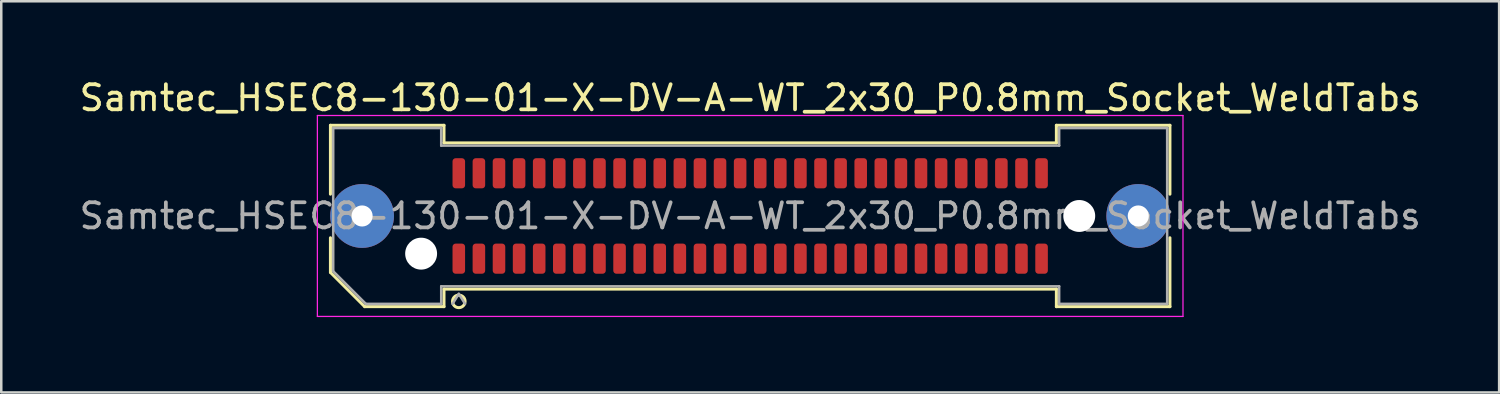
<source format=kicad_pcb>
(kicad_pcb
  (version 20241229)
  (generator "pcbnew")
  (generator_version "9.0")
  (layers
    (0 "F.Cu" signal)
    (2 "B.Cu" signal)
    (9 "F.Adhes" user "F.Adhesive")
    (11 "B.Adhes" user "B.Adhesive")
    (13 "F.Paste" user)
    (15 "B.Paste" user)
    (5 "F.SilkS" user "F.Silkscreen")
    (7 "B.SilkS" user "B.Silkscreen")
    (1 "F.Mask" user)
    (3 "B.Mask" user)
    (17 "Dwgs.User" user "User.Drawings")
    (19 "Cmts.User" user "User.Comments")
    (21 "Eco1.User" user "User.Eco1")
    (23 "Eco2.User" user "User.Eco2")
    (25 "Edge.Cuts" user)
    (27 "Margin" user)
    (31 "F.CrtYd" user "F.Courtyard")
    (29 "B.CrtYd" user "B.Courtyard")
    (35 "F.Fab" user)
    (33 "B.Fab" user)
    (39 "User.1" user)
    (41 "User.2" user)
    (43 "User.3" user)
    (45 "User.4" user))
  (footprint "Samtec_HSEC8-130-01-X-DV-A-WT_2x30_P0.8mm_Socket_WeldTabs"
    (layer "F.Cu")
    (at 26.815 5.548)
    (property "Reference" "Samtec_HSEC8-130-01-X-DV-A-WT_2x30_P0.8mm_Socket_WeldTabs" (at 0 -4.7 0) (layer "F.SilkS") (effects (font (size 1 1) (thickness 0.15))))
    (attr smd)
    (fp_line (start -16.71 -3.61) (end -12.19 -3.61) (stroke (width 0.12) (type solid)) (layer "F.SilkS"))
    (fp_line (start -16.71 -0.868) (end -16.71 -3.61) (stroke (width 0.12) (type solid)) (layer "F.SilkS"))
    (fp_line (start -16.71 2.246) (end -16.71 0.868) (stroke (width 0.12) (type solid)) (layer "F.SilkS"))
    (fp_line (start -15.346 3.61) (end -16.71 2.246) (stroke (width 0.12) (type solid)) (layer "F.SilkS"))
    (fp_line (start -12.19 -3.61) (end -12.19 -2.91) (stroke (width 0.12) (type solid)) (layer "F.SilkS"))
    (fp_line (start -12.19 -2.91) (end 12.19 -2.91) (stroke (width 0.12) (type solid)) (layer "F.SilkS"))
    (fp_line (start -12.19 2.91) (end -12.19 3.61) (stroke (width 0.12) (type solid)) (layer "F.SilkS"))
    (fp_line (start -12.19 3.61) (end -15.346 3.61) (stroke (width 0.12) (type solid)) (layer "F.SilkS"))
    (fp_line (start 12.19 -3.61) (end 16.71 -3.61) (stroke (width 0.12) (type solid)) (layer "F.SilkS"))
    (fp_line (start 12.19 -2.91) (end 12.19 -3.61) (stroke (width 0.12) (type solid)) (layer "F.SilkS"))
    (fp_line (start 12.19 2.91) (end -12.19 2.91) (stroke (width 0.12) (type solid)) (layer "F.SilkS"))
    (fp_line (start 12.19 3.61) (end 12.19 2.91) (stroke (width 0.12) (type solid)) (layer "F.SilkS"))
    (fp_line (start 16.71 -3.61) (end 16.71 -0.868) (stroke (width 0.12) (type solid)) (layer "F.SilkS"))
    (fp_line (start 16.71 0.868) (end 16.71 3.61) (stroke (width 0.12) (type solid)) (layer "F.SilkS"))
    (fp_line (start 16.71 3.61) (end 12.19 3.61) (stroke (width 0.12) (type solid)) (layer "F.SilkS"))
    (fp_arc (start -11.35 3.4) (mid -11.85 3.4) (end -11.35 3.4) (stroke (width 0.12) (type solid)) (layer "F.SilkS"))
    (fp_line (start -17.23 -4) (end -17.23 4) (stroke (width 0.05) (type solid)) (layer "F.CrtYd"))
    (fp_line (start -17.23 4) (end 17.23 4) (stroke (width 0.05) (type solid)) (layer "F.CrtYd"))
    (fp_line (start 17.23 -4) (end -17.23 -4) (stroke (width 0.05) (type solid)) (layer "F.CrtYd"))
    (fp_line (start 17.23 4) (end 17.23 -4) (stroke (width 0.05) (type solid)) (layer "F.CrtYd"))
    (fp_line (start -16.6 -3.5) (end -12.3 -3.5) (stroke (width 0.1) (type solid)) (layer "F.Fab"))
    (fp_line (start -16.6 2.2) (end -16.6 -3.5) (stroke (width 0.1) (type solid)) (layer "F.Fab"))
    (fp_line (start -15.3 3.5) (end -16.6 2.2) (stroke (width 0.1) (type solid)) (layer "F.Fab"))
    (fp_line (start -12.3 -3.5) (end -12.3 -2.8) (stroke (width 0.1) (type solid)) (layer "F.Fab"))
    (fp_line (start -12.3 -2.8) (end 12.3 -2.8) (stroke (width 0.1) (type solid)) (layer "F.Fab"))
    (fp_line (start -12.3 2.8) (end -12.3 3.5) (stroke (width 0.1) (type solid)) (layer "F.Fab"))
    (fp_line (start -12.3 3.5) (end -15.3 3.5) (stroke (width 0.1) (type solid)) (layer "F.Fab"))
    (fp_line (start -11.6 3.1) (end -11.85 3.5) (stroke (width 0.1) (type solid)) (layer "F.Fab"))
    (fp_line (start -11.6 3.1) (end -11.35 3.5) (stroke (width 0.1) (type solid)) (layer "F.Fab"))
    (fp_line (start 12.3 -3.5) (end 16.6 -3.5) (stroke (width 0.1) (type solid)) (layer "F.Fab"))
    (fp_line (start 12.3 -2.8) (end 12.3 -3.5) (stroke (width 0.1) (type solid)) (layer "F.Fab"))
    (fp_line (start 12.3 2.8) (end -12.3 2.8) (stroke (width 0.1) (type solid)) (layer "F.Fab"))
    (fp_line (start 12.3 3.5) (end 12.3 2.8) (stroke (width 0.1) (type solid)) (layer "F.Fab"))
    (fp_line (start 16.6 -3.5) (end 16.6 3.5) (stroke (width 0.1) (type solid)) (layer "F.Fab"))
    (fp_line (start 16.6 3.5) (end 12.3 3.5) (stroke (width 0.1) (type solid)) (layer "F.Fab"))
    (fp_text user "${REFERENCE}" (at 0 0 0) (layer "F.Fab") (effects (font (size 1 1) (thickness 0.15))))
    (pad "" thru_hole circle (at -15.45 0) (size 2.54 2.54) (drill 0.84) (layers "*.Cu" "*.Mask" "F.Paste"))
    (pad "" np_thru_hole circle (at -13.1 1.5) (size 1.27 1.27) (drill 1.27) (layers "*.Cu" "*.Mask"))
    (pad "" np_thru_hole circle (at 13.1 0) (size 1.27 1.27) (drill 1.27) (layers "*.Cu" "*.Mask"))
    (pad "" thru_hole circle (at 15.45 0) (size 2.54 2.54) (drill 0.84) (layers "*.Cu" "*.Mask" "F.Paste"))
    (pad "1" smd roundrect (at -11.6 1.7) (size 0.5 1.2) (layers "F.Cu" "F.Mask" "F.Paste") (roundrect_rratio 0.25))
    (pad "2" smd roundrect (at -11.6 -1.7) (size 0.5 1.2) (layers "F.Cu" "F.Mask" "F.Paste") (roundrect_rratio 0.25))
    (pad "3" smd roundrect (at -10.8 1.7) (size 0.5 1.2) (layers "F.Cu" "F.Mask" "F.Paste") (roundrect_rratio 0.25))
    (pad "4" smd roundrect (at -10.8 -1.7) (size 0.5 1.2) (layers "F.Cu" "F.Mask" "F.Paste") (roundrect_rratio 0.25))
    (pad "5" smd roundrect (at -10 1.7) (size 0.5 1.2) (layers "F.Cu" "F.Mask" "F.Paste") (roundrect_rratio 0.25))
    (pad "6" smd roundrect (at -10 -1.7) (size 0.5 1.2) (layers "F.Cu" "F.Mask" "F.Paste") (roundrect_rratio 0.25))
    (pad "7" smd roundrect (at -9.2 1.7) (size 0.5 1.2) (layers "F.Cu" "F.Mask" "F.Paste") (roundrect_rratio 0.25))
    (pad "8" smd roundrect (at -9.2 -1.7) (size 0.5 1.2) (layers "F.Cu" "F.Mask" "F.Paste") (roundrect_rratio 0.25))
    (pad "9" smd roundrect (at -8.4 1.7) (size 0.5 1.2) (layers "F.Cu" "F.Mask" "F.Paste") (roundrect_rratio 0.25))
    (pad "10" smd roundrect (at -8.4 -1.7) (size 0.5 1.2) (layers "F.Cu" "F.Mask" "F.Paste") (roundrect_rratio 0.25))
    (pad "11" smd roundrect (at -7.6 1.7) (size 0.5 1.2) (layers "F.Cu" "F.Mask" "F.Paste") (roundrect_rratio 0.25))
    (pad "12" smd roundrect (at -7.6 -1.7) (size 0.5 1.2) (layers "F.Cu" "F.Mask" "F.Paste") (roundrect_rratio 0.25))
    (pad "13" smd roundrect (at -6.8 1.7) (size 0.5 1.2) (layers "F.Cu" "F.Mask" "F.Paste") (roundrect_rratio 0.25))
    (pad "14" smd roundrect (at -6.8 -1.7) (size 0.5 1.2) (layers "F.Cu" "F.Mask" "F.Paste") (roundrect_rratio 0.25))
    (pad "15" smd roundrect (at -6 1.7) (size 0.5 1.2) (layers "F.Cu" "F.Mask" "F.Paste") (roundrect_rratio 0.25))
    (pad "16" smd roundrect (at -6 -1.7) (size 0.5 1.2) (layers "F.Cu" "F.Mask" "F.Paste") (roundrect_rratio 0.25))
    (pad "17" smd roundrect (at -5.2 1.7) (size 0.5 1.2) (layers "F.Cu" "F.Mask" "F.Paste") (roundrect_rratio 0.25))
    (pad "18" smd roundrect (at -5.2 -1.7) (size 0.5 1.2) (layers "F.Cu" "F.Mask" "F.Paste") (roundrect_rratio 0.25))
    (pad "19" smd roundrect (at -4.4 1.7) (size 0.5 1.2) (layers "F.Cu" "F.Mask" "F.Paste") (roundrect_rratio 0.25))
    (pad "20" smd roundrect (at -4.4 -1.7) (size 0.5 1.2) (layers "F.Cu" "F.Mask" "F.Paste") (roundrect_rratio 0.25))
    (pad "21" smd roundrect (at -3.6 1.7) (size 0.5 1.2) (layers "F.Cu" "F.Mask" "F.Paste") (roundrect_rratio 0.25))
    (pad "22" smd roundrect (at -3.6 -1.7) (size 0.5 1.2) (layers "F.Cu" "F.Mask" "F.Paste") (roundrect_rratio 0.25))
    (pad "23" smd roundrect (at -2.8 1.7) (size 0.5 1.2) (layers "F.Cu" "F.Mask" "F.Paste") (roundrect_rratio 0.25))
    (pad "24" smd roundrect (at -2.8 -1.7) (size 0.5 1.2) (layers "F.Cu" "F.Mask" "F.Paste") (roundrect_rratio 0.25))
    (pad "25" smd roundrect (at -2 1.7) (size 0.5 1.2) (layers "F.Cu" "F.Mask" "F.Paste") (roundrect_rratio 0.25))
    (pad "26" smd roundrect (at -2 -1.7) (size 0.5 1.2) (layers "F.Cu" "F.Mask" "F.Paste") (roundrect_rratio 0.25))
    (pad "27" smd roundrect (at -1.2 1.7) (size 0.5 1.2) (layers "F.Cu" "F.Mask" "F.Paste") (roundrect_rratio 0.25))
    (pad "28" smd roundrect (at -1.2 -1.7) (size 0.5 1.2) (layers "F.Cu" "F.Mask" "F.Paste") (roundrect_rratio 0.25))
    (pad "29" smd roundrect (at -0.4 1.7) (size 0.5 1.2) (layers "F.Cu" "F.Mask" "F.Paste") (roundrect_rratio 0.25))
    (pad "30" smd roundrect (at -0.4 -1.7) (size 0.5 1.2) (layers "F.Cu" "F.Mask" "F.Paste") (roundrect_rratio 0.25))
    (pad "31" smd roundrect (at 0.4 1.7) (size 0.5 1.2) (layers "F.Cu" "F.Mask" "F.Paste") (roundrect_rratio 0.25))
    (pad "32" smd roundrect (at 0.4 -1.7) (size 0.5 1.2) (layers "F.Cu" "F.Mask" "F.Paste") (roundrect_rratio 0.25))
    (pad "33" smd roundrect (at 1.2 1.7) (size 0.5 1.2) (layers "F.Cu" "F.Mask" "F.Paste") (roundrect_rratio 0.25))
    (pad "34" smd roundrect (at 1.2 -1.7) (size 0.5 1.2) (layers "F.Cu" "F.Mask" "F.Paste") (roundrect_rratio 0.25))
    (pad "35" smd roundrect (at 2 1.7) (size 0.5 1.2) (layers "F.Cu" "F.Mask" "F.Paste") (roundrect_rratio 0.25))
    (pad "36" smd roundrect (at 2 -1.7) (size 0.5 1.2) (layers "F.Cu" "F.Mask" "F.Paste") (roundrect_rratio 0.25))
    (pad "37" smd roundrect (at 2.8 1.7) (size 0.5 1.2) (layers "F.Cu" "F.Mask" "F.Paste") (roundrect_rratio 0.25))
    (pad "38" smd roundrect (at 2.8 -1.7) (size 0.5 1.2) (layers "F.Cu" "F.Mask" "F.Paste") (roundrect_rratio 0.25))
    (pad "39" smd roundrect (at 3.6 1.7) (size 0.5 1.2) (layers "F.Cu" "F.Mask" "F.Paste") (roundrect_rratio 0.25))
    (pad "40" smd roundrect (at 3.6 -1.7) (size 0.5 1.2) (layers "F.Cu" "F.Mask" "F.Paste") (roundrect_rratio 0.25))
    (pad "41" smd roundrect (at 4.4 1.7) (size 0.5 1.2) (layers "F.Cu" "F.Mask" "F.Paste") (roundrect_rratio 0.25))
    (pad "42" smd roundrect (at 4.4 -1.7) (size 0.5 1.2) (layers "F.Cu" "F.Mask" "F.Paste") (roundrect_rratio 0.25))
    (pad "43" smd roundrect (at 5.2 1.7) (size 0.5 1.2) (layers "F.Cu" "F.Mask" "F.Paste") (roundrect_rratio 0.25))
    (pad "44" smd roundrect (at 5.2 -1.7) (size 0.5 1.2) (layers "F.Cu" "F.Mask" "F.Paste") (roundrect_rratio 0.25))
    (pad "45" smd roundrect (at 6 1.7) (size 0.5 1.2) (layers "F.Cu" "F.Mask" "F.Paste") (roundrect_rratio 0.25))
    (pad "46" smd roundrect (at 6 -1.7) (size 0.5 1.2) (layers "F.Cu" "F.Mask" "F.Paste") (roundrect_rratio 0.25))
    (pad "47" smd roundrect (at 6.8 1.7) (size 0.5 1.2) (layers "F.Cu" "F.Mask" "F.Paste") (roundrect_rratio 0.25))
    (pad "48" smd roundrect (at 6.8 -1.7) (size 0.5 1.2) (layers "F.Cu" "F.Mask" "F.Paste") (roundrect_rratio 0.25))
    (pad "49" smd roundrect (at 7.6 1.7) (size 0.5 1.2) (layers "F.Cu" "F.Mask" "F.Paste") (roundrect_rratio 0.25))
    (pad "50" smd roundrect (at 7.6 -1.7) (size 0.5 1.2) (layers "F.Cu" "F.Mask" "F.Paste") (roundrect_rratio 0.25))
    (pad "51" smd roundrect (at 8.4 1.7) (size 0.5 1.2) (layers "F.Cu" "F.Mask" "F.Paste") (roundrect_rratio 0.25))
    (pad "52" smd roundrect (at 8.4 -1.7) (size 0.5 1.2) (layers "F.Cu" "F.Mask" "F.Paste") (roundrect_rratio 0.25))
    (pad "53" smd roundrect (at 9.2 1.7) (size 0.5 1.2) (layers "F.Cu" "F.Mask" "F.Paste") (roundrect_rratio 0.25))
    (pad "54" smd roundrect (at 9.2 -1.7) (size 0.5 1.2) (layers "F.Cu" "F.Mask" "F.Paste") (roundrect_rratio 0.25))
    (pad "55" smd roundrect (at 10 1.7) (size 0.5 1.2) (layers "F.Cu" "F.Mask" "F.Paste") (roundrect_rratio 0.25))
    (pad "56" smd roundrect (at 10 -1.7) (size 0.5 1.2) (layers "F.Cu" "F.Mask" "F.Paste") (roundrect_rratio 0.25))
    (pad "57" smd roundrect (at 10.8 1.7) (size 0.5 1.2) (layers "F.Cu" "F.Mask" "F.Paste") (roundrect_rratio 0.25))
    (pad "58" smd roundrect (at 10.8 -1.7) (size 0.5 1.2) (layers "F.Cu" "F.Mask" "F.Paste") (roundrect_rratio 0.25))
    (pad "59" smd roundrect (at 11.6 1.7) (size 0.5 1.2) (layers "F.Cu" "F.Mask" "F.Paste") (roundrect_rratio 0.25))
    (pad "60" smd roundrect (at 11.6 -1.7) (size 0.5 1.2) (layers "F.Cu" "F.Mask" "F.Paste") (roundrect_rratio 0.25)))
  (gr_rect
    (start -3 -3)
    (end 56.631 12.573)
    (stroke (width 0.1) (type default))
    (fill no)
    (layer "Edge.Cuts")))
</source>
